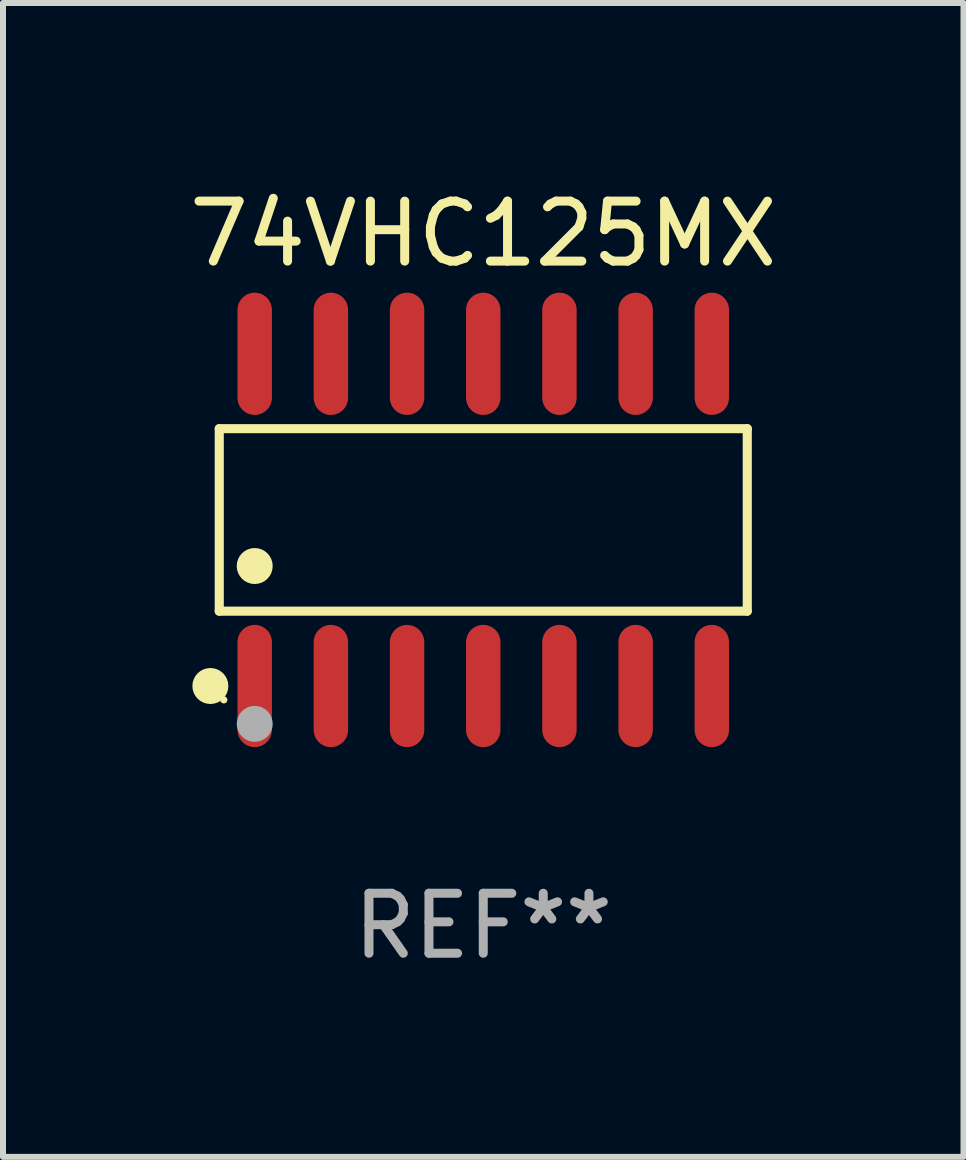
<source format=kicad_pcb>
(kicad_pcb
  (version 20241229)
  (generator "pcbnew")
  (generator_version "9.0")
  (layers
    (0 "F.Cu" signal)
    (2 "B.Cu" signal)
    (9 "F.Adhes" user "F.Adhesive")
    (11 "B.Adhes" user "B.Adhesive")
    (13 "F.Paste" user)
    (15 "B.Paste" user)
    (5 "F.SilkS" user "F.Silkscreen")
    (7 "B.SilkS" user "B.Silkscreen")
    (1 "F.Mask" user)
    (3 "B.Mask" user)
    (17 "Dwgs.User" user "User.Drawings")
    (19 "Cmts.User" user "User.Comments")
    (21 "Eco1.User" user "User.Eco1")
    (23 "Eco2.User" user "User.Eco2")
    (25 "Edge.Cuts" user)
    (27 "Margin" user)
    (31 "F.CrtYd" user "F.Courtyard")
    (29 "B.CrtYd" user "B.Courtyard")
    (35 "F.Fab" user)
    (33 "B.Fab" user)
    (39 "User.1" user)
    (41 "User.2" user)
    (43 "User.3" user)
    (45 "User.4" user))
  (footprint "74VHC125MX"
    (layer "F.Cu")
    (at 5.006 5.617)
    (property "Reference" "74VHC125MX" (at 0 -4.769 0) (layer "F.SilkS") (effects (font (size 1 1) (thickness 0.15))))
    (attr through_hole)
    (fp_line (start -4.401 -1.521) (end 4.401 -1.521) (stroke (width 0.152) (type solid)) (layer "F.SilkS"))
    (fp_line (start -4.401 1.521) (end -4.401 -1.521) (stroke (width 0.152) (type solid)) (layer "F.SilkS"))
    (fp_line (start 4.401 -1.521) (end 4.401 1.521) (stroke (width 0.152) (type solid)) (layer "F.SilkS"))
    (fp_line (start 4.401 1.521) (end -4.401 1.521) (stroke (width 0.152) (type solid)) (layer "F.SilkS"))
    (fp_circle (center -4.549 2.769) (end -4.399 2.769) (stroke (width 0.3) (type solid)) (fill no) (layer "F.SilkS"))
    (fp_circle (center -4.325 3) (end -4.295 3) (stroke (width 0.06) (type solid)) (fill no) (layer "F.SilkS"))
    (fp_circle (center -3.81 0.769) (end -3.66 0.769) (stroke (width 0.3) (type solid)) (fill no) (layer "F.SilkS"))
    (fp_circle (center -3.81 3.4) (end -3.66 3.4) (stroke (width 0.3) (type solid)) (fill no) (layer "F.Fab"))
    (fp_text user "REF**" (at 0 6.769 0) (layer "F.Fab") (effects (font (size 1 1) (thickness 0.15))))
    (pad "1" smd oval (at -3.81 2.769) (size 0.574 2.038) (layers "F.Cu" "F.Mask" "F.Paste"))
    (pad "2" smd oval (at -2.54 2.769) (size 0.574 2.038) (layers "F.Cu" "F.Mask" "F.Paste"))
    (pad "3" smd oval (at -1.27 2.769) (size 0.574 2.038) (layers "F.Cu" "F.Mask" "F.Paste"))
    (pad "4" smd oval (at 0 2.769) (size 0.574 2.038) (layers "F.Cu" "F.Mask" "F.Paste"))
    (pad "5" smd oval (at 1.27 2.769) (size 0.574 2.038) (layers "F.Cu" "F.Mask" "F.Paste"))
    (pad "6" smd oval (at 2.54 2.769) (size 0.574 2.038) (layers "F.Cu" "F.Mask" "F.Paste"))
    (pad "7" smd oval (at 3.81 2.769) (size 0.574 2.038) (layers "F.Cu" "F.Mask" "F.Paste"))
    (pad "8" smd oval (at 3.81 -2.769) (size 0.574 2.038) (layers "F.Cu" "F.Mask" "F.Paste"))
    (pad "9" smd oval (at 2.54 -2.769) (size 0.574 2.038) (layers "F.Cu" "F.Mask" "F.Paste"))
    (pad "10" smd oval (at 1.27 -2.769) (size 0.574 2.038) (layers "F.Cu" "F.Mask" "F.Paste"))
    (pad "11" smd oval (at 0 -2.769) (size 0.574 2.038) (layers "F.Cu" "F.Mask" "F.Paste"))
    (pad "12" smd oval (at -1.27 -2.769) (size 0.574 2.038) (layers "F.Cu" "F.Mask" "F.Paste"))
    (pad "13" smd oval (at -2.54 -2.769) (size 0.574 2.038) (layers "F.Cu" "F.Mask" "F.Paste"))
    (pad "14" smd oval (at -3.81 -2.769) (size 0.574 2.038) (layers "F.Cu" "F.Mask" "F.Paste")))
  (gr_rect
    (start -3 -3)
    (end 13.012 16.235)
    (stroke (width 0.1) (type default))
    (fill no)
    (layer "Edge.Cuts")))
</source>
